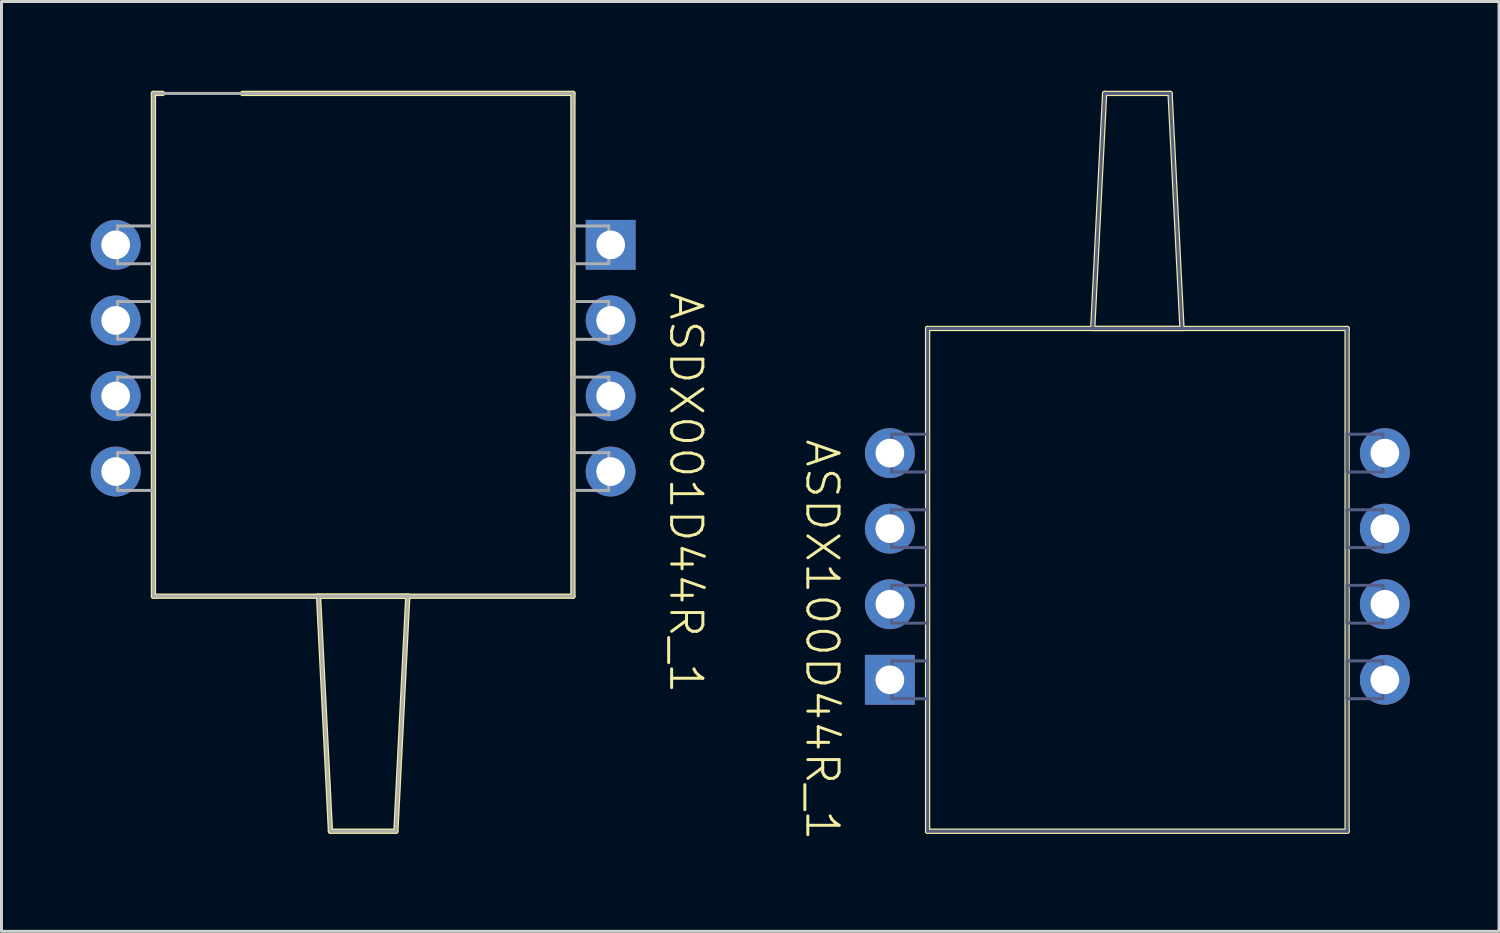
<source format=kicad_pcb>
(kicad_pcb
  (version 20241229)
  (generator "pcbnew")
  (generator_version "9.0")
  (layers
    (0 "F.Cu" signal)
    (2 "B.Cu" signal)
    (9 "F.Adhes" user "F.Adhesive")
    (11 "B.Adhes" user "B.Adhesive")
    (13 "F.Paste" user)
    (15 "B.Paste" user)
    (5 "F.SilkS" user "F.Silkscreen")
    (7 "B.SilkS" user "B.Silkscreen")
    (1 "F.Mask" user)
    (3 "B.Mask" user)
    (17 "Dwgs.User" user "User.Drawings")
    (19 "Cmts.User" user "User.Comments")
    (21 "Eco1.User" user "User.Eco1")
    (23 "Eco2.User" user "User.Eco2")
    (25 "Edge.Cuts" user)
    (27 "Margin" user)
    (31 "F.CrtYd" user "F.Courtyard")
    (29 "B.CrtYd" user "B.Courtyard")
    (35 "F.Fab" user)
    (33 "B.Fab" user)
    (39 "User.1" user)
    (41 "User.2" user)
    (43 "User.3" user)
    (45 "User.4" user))
  (footprint "ASDX100D44R_1"
    (layer "F.Cu")
    (at 35.179 15.99)
    (property "Reference" "ASDX100D44R_1" (at -10.595 2.47 270) (unlocked yes) (layer "F.SilkS") (effects (font (size 1.05 1.104) (thickness 0.1))))
    (attr smd)
    (fp_line (start -7.05 -8) (end -7.05 8.9) (stroke (width 0.18) (type solid)) (layer "F.SilkS"))
    (fp_line (start -1.1 -15.9) (end -1.5 -8) (stroke (width 0.18) (type solid)) (layer "F.SilkS"))
    (fp_line (start 1.1 -15.9) (end -1.1 -15.9) (stroke (width 0.18) (type solid)) (layer "F.SilkS"))
    (fp_line (start 1.5 -8) (end -1.5 -8) (stroke (width 0.18) (type solid)) (layer "F.SilkS"))
    (fp_line (start 1.5 -8) (end 1.1 -15.9) (stroke (width 0.18) (type solid)) (layer "F.SilkS"))
    (fp_line (start 7.05 -8) (end -7.05 -8) (stroke (width 0.18) (type solid)) (layer "F.SilkS"))
    (fp_line (start 7.05 -8) (end 7.05 8.9) (stroke (width 0.18) (type solid)) (layer "F.SilkS"))
    (fp_line (start 7.05 8.9) (end -7.05 8.9) (stroke (width 0.18) (type solid)) (layer "F.SilkS"))
    (fp_line (start -8.255 -4.445) (end -8.255 -3.175) (stroke (width 0.1) (type solid)) (layer "B.Fab"))
    (fp_line (start -8.255 -1.905) (end -8.255 -0.635) (stroke (width 0.1) (type solid)) (layer "B.Fab"))
    (fp_line (start -8.255 0.635) (end -8.255 1.905) (stroke (width 0.1) (type solid)) (layer "B.Fab"))
    (fp_line (start -8.255 3.175) (end -8.255 4.445) (stroke (width 0.1) (type solid)) (layer "B.Fab"))
    (fp_line (start -7.05 -8) (end -7.05 8.9) (stroke (width 0.1) (type solid)) (layer "B.Fab"))
    (fp_line (start -7.05 -4.445) (end -8.255 -4.445) (stroke (width 0.1) (type solid)) (layer "B.Fab"))
    (fp_line (start -7.05 -4.445) (end -7.05 -3.175) (stroke (width 0.1) (type solid)) (layer "B.Fab"))
    (fp_line (start -7.05 -3.175) (end -8.255 -3.175) (stroke (width 0.1) (type solid)) (layer "B.Fab"))
    (fp_line (start -7.05 -1.905) (end -8.255 -1.905) (stroke (width 0.1) (type solid)) (layer "B.Fab"))
    (fp_line (start -7.05 -1.905) (end -7.05 -0.635) (stroke (width 0.1) (type solid)) (layer "B.Fab"))
    (fp_line (start -7.05 -0.635) (end -8.255 -0.635) (stroke (width 0.1) (type solid)) (layer "B.Fab"))
    (fp_line (start -7.05 0.635) (end -8.255 0.635) (stroke (width 0.1) (type solid)) (layer "B.Fab"))
    (fp_line (start -7.05 0.635) (end -7.05 1.905) (stroke (width 0.1) (type solid)) (layer "B.Fab"))
    (fp_line (start -7.05 1.905) (end -8.255 1.905) (stroke (width 0.1) (type solid)) (layer "B.Fab"))
    (fp_line (start -7.05 3.175) (end -8.255 3.175) (stroke (width 0.1) (type solid)) (layer "B.Fab"))
    (fp_line (start -7.05 3.175) (end -7.05 4.445) (stroke (width 0.1) (type solid)) (layer "B.Fab"))
    (fp_line (start -7.05 4.445) (end -8.255 4.445) (stroke (width 0.1) (type solid)) (layer "B.Fab"))
    (fp_line (start -1.1 -15.9) (end -1.5 -8) (stroke (width 0.1) (type solid)) (layer "B.Fab"))
    (fp_line (start 1.1 -15.9) (end -1.1 -15.9) (stroke (width 0.1) (type solid)) (layer "B.Fab"))
    (fp_line (start 1.5 -8) (end -1.5 -8) (stroke (width 0.1) (type solid)) (layer "B.Fab"))
    (fp_line (start 1.5 -8) (end 1.1 -15.9) (stroke (width 0.1) (type solid)) (layer "B.Fab"))
    (fp_line (start 7.05 -8) (end -7.05 -8) (stroke (width 0.1) (type solid)) (layer "B.Fab"))
    (fp_line (start 7.05 -8) (end 7.05 8.9) (stroke (width 0.1) (type solid)) (layer "B.Fab"))
    (fp_line (start 7.05 -4.445) (end 7.05 -3.175) (stroke (width 0.1) (type solid)) (layer "B.Fab"))
    (fp_line (start 7.05 -1.905) (end 7.05 -0.635) (stroke (width 0.1) (type solid)) (layer "B.Fab"))
    (fp_line (start 7.05 0.635) (end 7.05 1.905) (stroke (width 0.1) (type solid)) (layer "B.Fab"))
    (fp_line (start 7.05 3.175) (end 7.05 4.445) (stroke (width 0.1) (type solid)) (layer "B.Fab"))
    (fp_line (start 7.05 8.9) (end -7.05 8.9) (stroke (width 0.1) (type solid)) (layer "B.Fab"))
    (fp_line (start 8.255 -4.445) (end 7.05 -4.445) (stroke (width 0.1) (type solid)) (layer "B.Fab"))
    (fp_line (start 8.255 -4.445) (end 8.255 -3.175) (stroke (width 0.1) (type solid)) (layer "B.Fab"))
    (fp_line (start 8.255 -3.175) (end 7.05 -3.175) (stroke (width 0.1) (type solid)) (layer "B.Fab"))
    (fp_line (start 8.255 -1.905) (end 7.05 -1.905) (stroke (width 0.1) (type solid)) (layer "B.Fab"))
    (fp_line (start 8.255 -1.905) (end 8.255 -0.635) (stroke (width 0.1) (type solid)) (layer "B.Fab"))
    (fp_line (start 8.255 -0.635) (end 7.05 -0.635) (stroke (width 0.1) (type solid)) (layer "B.Fab"))
    (fp_line (start 8.255 0.635) (end 7.05 0.635) (stroke (width 0.1) (type solid)) (layer "B.Fab"))
    (fp_line (start 8.255 0.635) (end 8.255 1.905) (stroke (width 0.1) (type solid)) (layer "B.Fab"))
    (fp_line (start 8.255 1.905) (end 7.05 1.905) (stroke (width 0.1) (type solid)) (layer "B.Fab"))
    (fp_line (start 8.255 3.175) (end 7.05 3.175) (stroke (width 0.1) (type solid)) (layer "B.Fab"))
    (fp_line (start 8.255 3.175) (end 8.255 4.445) (stroke (width 0.1) (type solid)) (layer "B.Fab"))
    (fp_line (start 8.255 4.445) (end 7.05 4.445) (stroke (width 0.1) (type solid)) (layer "B.Fab"))
    (pad "1" thru_hole rect (at -8.319 3.81 180) (size 1.676 1.676) (drill 0.965) (layers "*.Cu" "*.Mask"))
    (pad "2" thru_hole circle (at -8.319 1.27 180) (size 1.676 1.676) (drill 0.965) (layers "*.Cu" "*.Mask"))
    (pad "3" thru_hole circle (at -8.319 -1.27 180) (size 1.676 1.676) (drill 0.965) (layers "*.Cu" "*.Mask"))
    (pad "4" thru_hole circle (at -8.319 -3.81 180) (size 1.676 1.676) (drill 0.965) (layers "*.Cu" "*.Mask"))
    (pad "5" thru_hole circle (at 8.319 3.81 180) (size 1.676 1.676) (drill 0.965) (layers "*.Cu" "*.Mask"))
    (pad "6" thru_hole circle (at 8.319 1.27 180) (size 1.676 1.676) (drill 0.965) (layers "*.Cu" "*.Mask"))
    (pad "7" thru_hole circle (at 8.319 -1.27 180) (size 1.676 1.676) (drill 0.965) (layers "*.Cu" "*.Mask"))
    (pad "8" thru_hole circle (at 8.319 -3.81 180) (size 1.676 1.676) (drill 0.965) (layers "*.Cu" "*.Mask")))
  (footprint "ASDX001D44R_1"
    (layer "F.Cu")
    (at 9.157 8.99)
    (property "Reference" "ASDX001D44R_1" (at 10.849 4.527 270) (unlocked yes) (layer "F.SilkS") (effects (font (size 1.05 1.104) (thickness 0.1))))
    (attr smd)
    (fp_line (start -7.05 -8.9) (end -6.741 -8.9) (stroke (width 0.18) (type solid)) (layer "F.SilkS"))
    (fp_line (start -7.05 8) (end -7.05 -8.9) (stroke (width 0.18) (type solid)) (layer "F.SilkS"))
    (fp_line (start -7.05 8) (end 7.05 8) (stroke (width 0.18) (type solid)) (layer "F.SilkS"))
    (fp_line (start -4.059 -8.9) (end 7.05 -8.9) (stroke (width 0.18) (type solid)) (layer "F.SilkS"))
    (fp_line (start -1.5 8) (end -1.1 15.9) (stroke (width 0.18) (type solid)) (layer "F.SilkS"))
    (fp_line (start -1.5 8) (end 1.5 8) (stroke (width 0.18) (type solid)) (layer "F.SilkS"))
    (fp_line (start -1.1 15.9) (end 1.1 15.9) (stroke (width 0.18) (type solid)) (layer "F.SilkS"))
    (fp_line (start 1.1 15.9) (end 1.5 8) (stroke (width 0.18) (type solid)) (layer "F.SilkS"))
    (fp_line (start 7.05 8) (end 7.05 -8.9) (stroke (width 0.18) (type solid)) (layer "F.SilkS"))
    (fp_line (start -8.255 -4.445) (end -7.05 -4.445) (stroke (width 0.1) (type solid)) (layer "F.Fab"))
    (fp_line (start -8.255 -3.175) (end -8.255 -4.445) (stroke (width 0.1) (type solid)) (layer "F.Fab"))
    (fp_line (start -8.255 -3.175) (end -7.05 -3.175) (stroke (width 0.1) (type solid)) (layer "F.Fab"))
    (fp_line (start -8.255 -1.905) (end -7.05 -1.905) (stroke (width 0.1) (type solid)) (layer "F.Fab"))
    (fp_line (start -8.255 -0.635) (end -8.255 -1.905) (stroke (width 0.1) (type solid)) (layer "F.Fab"))
    (fp_line (start -8.255 -0.635) (end -7.05 -0.635) (stroke (width 0.1) (type solid)) (layer "F.Fab"))
    (fp_line (start -8.255 0.635) (end -7.05 0.635) (stroke (width 0.1) (type solid)) (layer "F.Fab"))
    (fp_line (start -8.255 1.905) (end -8.255 0.635) (stroke (width 0.1) (type solid)) (layer "F.Fab"))
    (fp_line (start -8.255 1.905) (end -7.05 1.905) (stroke (width 0.1) (type solid)) (layer "F.Fab"))
    (fp_line (start -8.255 3.175) (end -7.05 3.175) (stroke (width 0.1) (type solid)) (layer "F.Fab"))
    (fp_line (start -8.255 4.445) (end -8.255 3.175) (stroke (width 0.1) (type solid)) (layer "F.Fab"))
    (fp_line (start -8.255 4.445) (end -7.05 4.445) (stroke (width 0.1) (type solid)) (layer "F.Fab"))
    (fp_line (start -7.05 -8.9) (end 7.05 -8.9) (stroke (width 0.1) (type solid)) (layer "F.Fab"))
    (fp_line (start -7.05 -3.175) (end -7.05 -4.445) (stroke (width 0.1) (type solid)) (layer "F.Fab"))
    (fp_line (start -7.05 -0.635) (end -7.05 -1.905) (stroke (width 0.1) (type solid)) (layer "F.Fab"))
    (fp_line (start -7.05 1.905) (end -7.05 0.635) (stroke (width 0.1) (type solid)) (layer "F.Fab"))
    (fp_line (start -7.05 4.445) (end -7.05 3.175) (stroke (width 0.1) (type solid)) (layer "F.Fab"))
    (fp_line (start -7.05 8) (end -7.05 -8.9) (stroke (width 0.1) (type solid)) (layer "F.Fab"))
    (fp_line (start -7.05 8) (end 7.05 8) (stroke (width 0.1) (type solid)) (layer "F.Fab"))
    (fp_line (start -1.5 8) (end -1.1 15.9) (stroke (width 0.1) (type solid)) (layer "F.Fab"))
    (fp_line (start -1.5 8) (end 1.5 8) (stroke (width 0.1) (type solid)) (layer "F.Fab"))
    (fp_line (start -1.1 15.9) (end 1.1 15.9) (stroke (width 0.1) (type solid)) (layer "F.Fab"))
    (fp_line (start 1.1 15.9) (end 1.5 8) (stroke (width 0.1) (type solid)) (layer "F.Fab"))
    (fp_line (start 7.05 -4.445) (end 8.255 -4.445) (stroke (width 0.1) (type solid)) (layer "F.Fab"))
    (fp_line (start 7.05 -3.175) (end 7.05 -4.445) (stroke (width 0.1) (type solid)) (layer "F.Fab"))
    (fp_line (start 7.05 -3.175) (end 8.255 -3.175) (stroke (width 0.1) (type solid)) (layer "F.Fab"))
    (fp_line (start 7.05 -1.905) (end 8.255 -1.905) (stroke (width 0.1) (type solid)) (layer "F.Fab"))
    (fp_line (start 7.05 -0.635) (end 7.05 -1.905) (stroke (width 0.1) (type solid)) (layer "F.Fab"))
    (fp_line (start 7.05 -0.635) (end 8.255 -0.635) (stroke (width 0.1) (type solid)) (layer "F.Fab"))
    (fp_line (start 7.05 0.635) (end 8.255 0.635) (stroke (width 0.1) (type solid)) (layer "F.Fab"))
    (fp_line (start 7.05 1.905) (end 7.05 0.635) (stroke (width 0.1) (type solid)) (layer "F.Fab"))
    (fp_line (start 7.05 1.905) (end 8.255 1.905) (stroke (width 0.1) (type solid)) (layer "F.Fab"))
    (fp_line (start 7.05 3.175) (end 8.255 3.175) (stroke (width 0.1) (type solid)) (layer "F.Fab"))
    (fp_line (start 7.05 4.445) (end 7.05 3.175) (stroke (width 0.1) (type solid)) (layer "F.Fab"))
    (fp_line (start 7.05 4.445) (end 8.255 4.445) (stroke (width 0.1) (type solid)) (layer "F.Fab"))
    (fp_line (start 7.05 8) (end 7.05 -8.9) (stroke (width 0.1) (type solid)) (layer "F.Fab"))
    (fp_line (start 8.255 -3.175) (end 8.255 -4.445) (stroke (width 0.1) (type solid)) (layer "F.Fab"))
    (fp_line (start 8.255 -0.635) (end 8.255 -1.905) (stroke (width 0.1) (type solid)) (layer "F.Fab"))
    (fp_line (start 8.255 1.905) (end 8.255 0.635) (stroke (width 0.1) (type solid)) (layer "F.Fab"))
    (fp_line (start 8.255 4.445) (end 8.255 3.175) (stroke (width 0.1) (type solid)) (layer "F.Fab"))
    (pad "1" thru_hole rect (at 8.319 -3.81) (size 1.676 1.676) (drill 0.965) (layers "*.Cu" "*.Mask"))
    (pad "2" thru_hole circle (at 8.319 -1.27) (size 1.676 1.676) (drill 0.965) (layers "*.Cu" "*.Mask"))
    (pad "3" thru_hole circle (at 8.319 1.27) (size 1.676 1.676) (drill 0.965) (layers "*.Cu" "*.Mask"))
    (pad "4" thru_hole circle (at 8.319 3.81) (size 1.676 1.676) (drill 0.965) (layers "*.Cu" "*.Mask"))
    (pad "5" thru_hole circle (at -8.319 -3.81) (size 1.676 1.676) (drill 0.965) (layers "*.Cu" "*.Mask"))
    (pad "6" thru_hole circle (at -8.319 -1.27) (size 1.676 1.676) (drill 0.965) (layers "*.Cu" "*.Mask"))
    (pad "7" thru_hole circle (at -8.319 1.27) (size 1.676 1.676) (drill 0.965) (layers "*.Cu" "*.Mask"))
    (pad "8" thru_hole circle (at -8.319 3.81) (size 1.676 1.676) (drill 0.965) (layers "*.Cu" "*.Mask")))
  (gr_rect
    (start -3 -3)
    (end 47.336 28.255)
    (stroke (width 0.1) (type default))
    (fill no)
    (layer "Edge.Cuts")))
</source>
